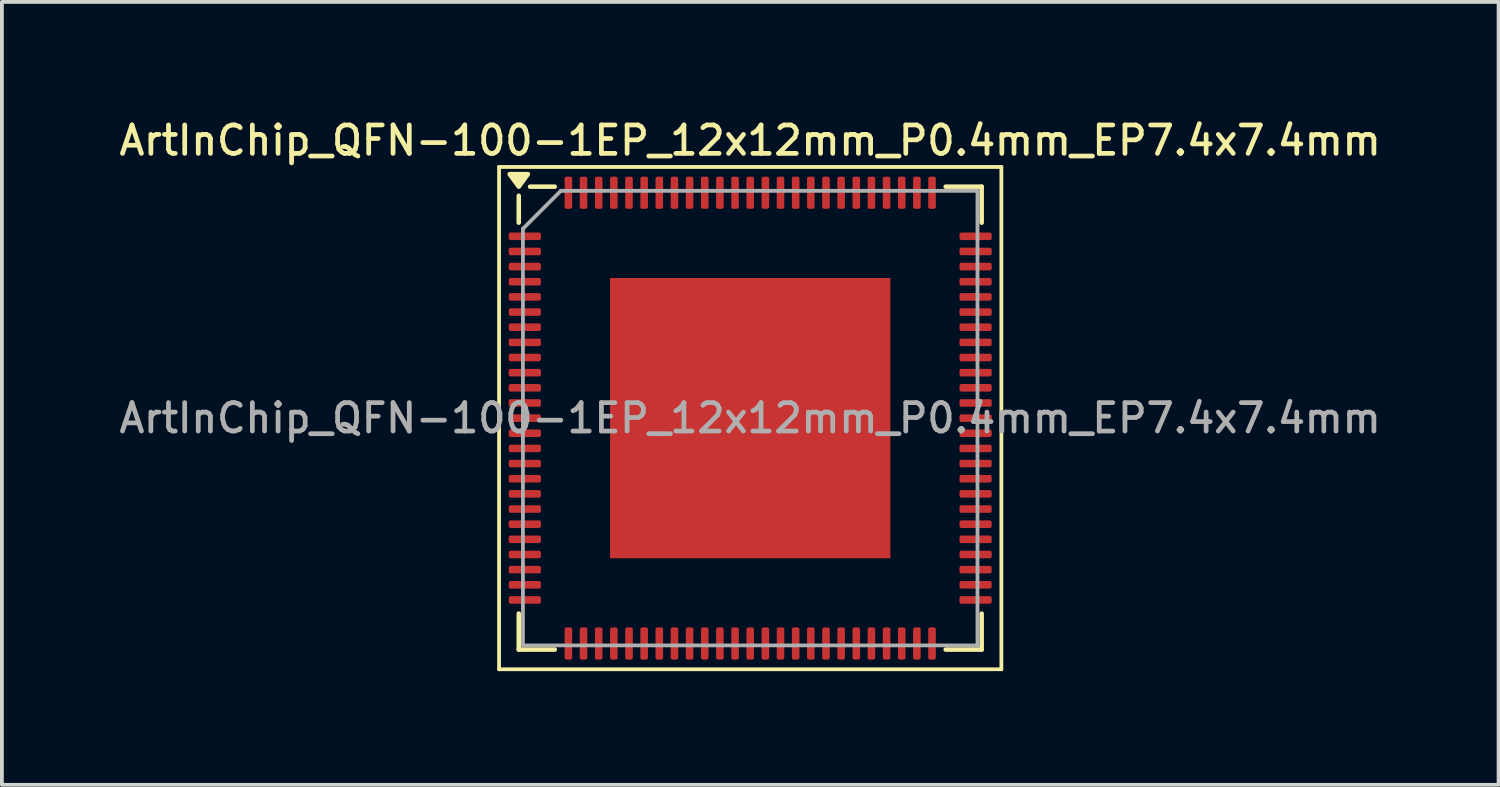
<source format=kicad_pcb>
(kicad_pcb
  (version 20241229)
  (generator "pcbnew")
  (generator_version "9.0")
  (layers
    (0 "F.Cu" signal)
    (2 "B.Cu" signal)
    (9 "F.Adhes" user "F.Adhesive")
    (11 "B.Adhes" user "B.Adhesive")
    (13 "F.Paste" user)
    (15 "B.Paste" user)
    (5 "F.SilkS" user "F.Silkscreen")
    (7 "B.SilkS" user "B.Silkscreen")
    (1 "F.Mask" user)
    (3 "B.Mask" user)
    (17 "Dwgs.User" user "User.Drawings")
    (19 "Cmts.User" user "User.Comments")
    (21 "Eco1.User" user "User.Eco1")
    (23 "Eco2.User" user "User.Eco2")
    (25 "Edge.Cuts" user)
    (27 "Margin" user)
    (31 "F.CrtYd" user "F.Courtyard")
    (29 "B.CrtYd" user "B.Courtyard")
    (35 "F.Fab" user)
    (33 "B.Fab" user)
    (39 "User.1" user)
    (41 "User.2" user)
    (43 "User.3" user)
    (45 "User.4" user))
  (footprint "ArtInChip_QFN-100-1EP_12x12mm_P0.4mm_EP7.4x7.4mm"
    (layer "F.Cu")
    (at 16.755 7.988)
    (property "Reference" "ArtInChip_QFN-100-1EP_12x12mm_P0.4mm_EP7.4x7.4mm" (at 0 -7.33 0) (layer "F.SilkS") (effects (font (size 0.75 0.75) (thickness 0.125))))
    (attr smd)
    (fp_line (start -6.63 -6.63) (end -6.63 6.63) (stroke (width 0.1) (type solid)) (layer "F.SilkS"))
    (fp_line (start -6.63 6.63) (end 6.63 6.63) (stroke (width 0.1) (type solid)) (layer "F.SilkS"))
    (fp_line (start -6.11 -5.16) (end -6.11 -5.87) (stroke (width 0.12) (type solid)) (layer "F.SilkS"))
    (fp_line (start -6.11 6.11) (end -6.11 5.16) (stroke (width 0.12) (type solid)) (layer "F.SilkS"))
    (fp_line (start -5.16 -6.11) (end -5.81 -6.11) (stroke (width 0.12) (type solid)) (layer "F.SilkS"))
    (fp_line (start -5.16 6.11) (end -6.11 6.11) (stroke (width 0.12) (type solid)) (layer "F.SilkS"))
    (fp_line (start 5.16 -6.11) (end 6.11 -6.11) (stroke (width 0.12) (type solid)) (layer "F.SilkS"))
    (fp_line (start 5.16 6.11) (end 6.11 6.11) (stroke (width 0.12) (type solid)) (layer "F.SilkS"))
    (fp_line (start 6.11 -6.11) (end 6.11 -5.16) (stroke (width 0.12) (type solid)) (layer "F.SilkS"))
    (fp_line (start 6.11 6.11) (end 6.11 5.16) (stroke (width 0.12) (type solid)) (layer "F.SilkS"))
    (fp_line (start 6.63 -6.63) (end -6.63 -6.63) (stroke (width 0.1) (type solid)) (layer "F.SilkS"))
    (fp_line (start 6.63 6.63) (end 6.63 -6.63) (stroke (width 0.1) (type solid)) (layer "F.SilkS"))
    (fp_poly (pts (xy -6.11 -6.11) (xy -6.35 -6.44) (xy -5.87 -6.44) (xy -6.11 -6.11)) (stroke (width 0.12) (type solid)) (fill yes) (layer "F.SilkS"))
    (fp_line (start -6 -5) (end -5 -6) (stroke (width 0.1) (type solid)) (layer "F.Fab"))
    (fp_line (start -6 6) (end -6 -5) (stroke (width 0.1) (type solid)) (layer "F.Fab"))
    (fp_line (start -5 -6) (end 6 -6) (stroke (width 0.1) (type solid)) (layer "F.Fab"))
    (fp_line (start 6 -6) (end 6 6) (stroke (width 0.1) (type solid)) (layer "F.Fab"))
    (fp_line (start 6 6) (end -6 6) (stroke (width 0.1) (type solid)) (layer "F.Fab"))
    (fp_text user "${REFERENCE}" (at 0 0 0) (layer "F.Fab") (effects (font (size 0.75 0.75) (thickness 0.125))))
    (pad "" smd roundrect (at -2.47 -2.47) (size 1.99 1.99) (layers "F.Paste") (roundrect_rratio 0.126))
    (pad "" smd roundrect (at -2.47 0) (size 1.99 1.99) (layers "F.Paste") (roundrect_rratio 0.126))
    (pad "" smd roundrect (at -2.47 2.47) (size 1.99 1.99) (layers "F.Paste") (roundrect_rratio 0.126))
    (pad "" smd roundrect (at 0 -2.47) (size 1.99 1.99) (layers "F.Paste") (roundrect_rratio 0.126))
    (pad "" smd roundrect (at 0 0) (size 1.99 1.99) (layers "F.Paste") (roundrect_rratio 0.126))
    (pad "" smd roundrect (at 0 2.47) (size 1.99 1.99) (layers "F.Paste") (roundrect_rratio 0.126))
    (pad "" smd roundrect (at 2.47 -2.47) (size 1.99 1.99) (layers "F.Paste") (roundrect_rratio 0.126))
    (pad "" smd roundrect (at 2.47 0) (size 1.99 1.99) (layers "F.Paste") (roundrect_rratio 0.126))
    (pad "" smd roundrect (at 2.47 2.47) (size 1.99 1.99) (layers "F.Paste") (roundrect_rratio 0.126))
    (pad "1" smd roundrect (at -5.95 -4.8) (size 0.85 0.2) (layers "F.Cu" "F.Mask" "F.Paste") (roundrect_rratio 0.25))
    (pad "2" smd roundrect (at -5.95 -4.4) (size 0.85 0.2) (layers "F.Cu" "F.Mask" "F.Paste") (roundrect_rratio 0.25))
    (pad "3" smd roundrect (at -5.95 -4) (size 0.85 0.2) (layers "F.Cu" "F.Mask" "F.Paste") (roundrect_rratio 0.25))
    (pad "4" smd roundrect (at -5.95 -3.6) (size 0.85 0.2) (layers "F.Cu" "F.Mask" "F.Paste") (roundrect_rratio 0.25))
    (pad "5" smd roundrect (at -5.95 -3.2) (size 0.85 0.2) (layers "F.Cu" "F.Mask" "F.Paste") (roundrect_rratio 0.25))
    (pad "6" smd roundrect (at -5.95 -2.8) (size 0.85 0.2) (layers "F.Cu" "F.Mask" "F.Paste") (roundrect_rratio 0.25))
    (pad "7" smd roundrect (at -5.95 -2.4) (size 0.85 0.2) (layers "F.Cu" "F.Mask" "F.Paste") (roundrect_rratio 0.25))
    (pad "8" smd roundrect (at -5.95 -2) (size 0.85 0.2) (layers "F.Cu" "F.Mask" "F.Paste") (roundrect_rratio 0.25))
    (pad "9" smd roundrect (at -5.95 -1.6) (size 0.85 0.2) (layers "F.Cu" "F.Mask" "F.Paste") (roundrect_rratio 0.25))
    (pad "10" smd roundrect (at -5.95 -1.2) (size 0.85 0.2) (layers "F.Cu" "F.Mask" "F.Paste") (roundrect_rratio 0.25))
    (pad "11" smd roundrect (at -5.95 -0.8) (size 0.85 0.2) (layers "F.Cu" "F.Mask" "F.Paste") (roundrect_rratio 0.25))
    (pad "12" smd roundrect (at -5.95 -0.4) (size 0.85 0.2) (layers "F.Cu" "F.Mask" "F.Paste") (roundrect_rratio 0.25))
    (pad "13" smd roundrect (at -5.95 0) (size 0.85 0.2) (layers "F.Cu" "F.Mask" "F.Paste") (roundrect_rratio 0.25))
    (pad "14" smd roundrect (at -5.95 0.4) (size 0.85 0.2) (layers "F.Cu" "F.Mask" "F.Paste") (roundrect_rratio 0.25))
    (pad "15" smd roundrect (at -5.95 0.8) (size 0.85 0.2) (layers "F.Cu" "F.Mask" "F.Paste") (roundrect_rratio 0.25))
    (pad "16" smd roundrect (at -5.95 1.2) (size 0.85 0.2) (layers "F.Cu" "F.Mask" "F.Paste") (roundrect_rratio 0.25))
    (pad "17" smd roundrect (at -5.95 1.6) (size 0.85 0.2) (layers "F.Cu" "F.Mask" "F.Paste") (roundrect_rratio 0.25))
    (pad "18" smd roundrect (at -5.95 2) (size 0.85 0.2) (layers "F.Cu" "F.Mask" "F.Paste") (roundrect_rratio 0.25))
    (pad "19" smd roundrect (at -5.95 2.4) (size 0.85 0.2) (layers "F.Cu" "F.Mask" "F.Paste") (roundrect_rratio 0.25))
    (pad "20" smd roundrect (at -5.95 2.8) (size 0.85 0.2) (layers "F.Cu" "F.Mask" "F.Paste") (roundrect_rratio 0.25))
    (pad "21" smd roundrect (at -5.95 3.2) (size 0.85 0.2) (layers "F.Cu" "F.Mask" "F.Paste") (roundrect_rratio 0.25))
    (pad "22" smd roundrect (at -5.95 3.6) (size 0.85 0.2) (layers "F.Cu" "F.Mask" "F.Paste") (roundrect_rratio 0.25))
    (pad "23" smd roundrect (at -5.95 4) (size 0.85 0.2) (layers "F.Cu" "F.Mask" "F.Paste") (roundrect_rratio 0.25))
    (pad "24" smd roundrect (at -5.95 4.4) (size 0.85 0.2) (layers "F.Cu" "F.Mask" "F.Paste") (roundrect_rratio 0.25))
    (pad "25" smd roundrect (at -5.95 4.8) (size 0.85 0.2) (layers "F.Cu" "F.Mask" "F.Paste") (roundrect_rratio 0.25))
    (pad "26" smd roundrect (at -4.8 5.95) (size 0.2 0.85) (layers "F.Cu" "F.Mask" "F.Paste") (roundrect_rratio 0.25))
    (pad "27" smd roundrect (at -4.4 5.95) (size 0.2 0.85) (layers "F.Cu" "F.Mask" "F.Paste") (roundrect_rratio 0.25))
    (pad "28" smd roundrect (at -4 5.95) (size 0.2 0.85) (layers "F.Cu" "F.Mask" "F.Paste") (roundrect_rratio 0.25))
    (pad "29" smd roundrect (at -3.6 5.95) (size 0.2 0.85) (layers "F.Cu" "F.Mask" "F.Paste") (roundrect_rratio 0.25))
    (pad "30" smd roundrect (at -3.2 5.95) (size 0.2 0.85) (layers "F.Cu" "F.Mask" "F.Paste") (roundrect_rratio 0.25))
    (pad "31" smd roundrect (at -2.8 5.95) (size 0.2 0.85) (layers "F.Cu" "F.Mask" "F.Paste") (roundrect_rratio 0.25))
    (pad "32" smd roundrect (at -2.4 5.95) (size 0.2 0.85) (layers "F.Cu" "F.Mask" "F.Paste") (roundrect_rratio 0.25))
    (pad "33" smd roundrect (at -2 5.95) (size 0.2 0.85) (layers "F.Cu" "F.Mask" "F.Paste") (roundrect_rratio 0.25))
    (pad "34" smd roundrect (at -1.6 5.95) (size 0.2 0.85) (layers "F.Cu" "F.Mask" "F.Paste") (roundrect_rratio 0.25))
    (pad "35" smd roundrect (at -1.2 5.95) (size 0.2 0.85) (layers "F.Cu" "F.Mask" "F.Paste") (roundrect_rratio 0.25))
    (pad "36" smd roundrect (at -0.8 5.95) (size 0.2 0.85) (layers "F.Cu" "F.Mask" "F.Paste") (roundrect_rratio 0.25))
    (pad "37" smd roundrect (at -0.4 5.95) (size 0.2 0.85) (layers "F.Cu" "F.Mask" "F.Paste") (roundrect_rratio 0.25))
    (pad "38" smd roundrect (at 0 5.95) (size 0.2 0.85) (layers "F.Cu" "F.Mask" "F.Paste") (roundrect_rratio 0.25))
    (pad "39" smd roundrect (at 0.4 5.95) (size 0.2 0.85) (layers "F.Cu" "F.Mask" "F.Paste") (roundrect_rratio 0.25))
    (pad "40" smd roundrect (at 0.8 5.95) (size 0.2 0.85) (layers "F.Cu" "F.Mask" "F.Paste") (roundrect_rratio 0.25))
    (pad "41" smd roundrect (at 1.2 5.95) (size 0.2 0.85) (layers "F.Cu" "F.Mask" "F.Paste") (roundrect_rratio 0.25))
    (pad "42" smd roundrect (at 1.6 5.95) (size 0.2 0.85) (layers "F.Cu" "F.Mask" "F.Paste") (roundrect_rratio 0.25))
    (pad "43" smd roundrect (at 2 5.95) (size 0.2 0.85) (layers "F.Cu" "F.Mask" "F.Paste") (roundrect_rratio 0.25))
    (pad "44" smd roundrect (at 2.4 5.95) (size 0.2 0.85) (layers "F.Cu" "F.Mask" "F.Paste") (roundrect_rratio 0.25))
    (pad "45" smd roundrect (at 2.8 5.95) (size 0.2 0.85) (layers "F.Cu" "F.Mask" "F.Paste") (roundrect_rratio 0.25))
    (pad "46" smd roundrect (at 3.2 5.95) (size 0.2 0.85) (layers "F.Cu" "F.Mask" "F.Paste") (roundrect_rratio 0.25))
    (pad "47" smd roundrect (at 3.6 5.95) (size 0.2 0.85) (layers "F.Cu" "F.Mask" "F.Paste") (roundrect_rratio 0.25))
    (pad "48" smd roundrect (at 4 5.95) (size 0.2 0.85) (layers "F.Cu" "F.Mask" "F.Paste") (roundrect_rratio 0.25))
    (pad "49" smd roundrect (at 4.4 5.95) (size 0.2 0.85) (layers "F.Cu" "F.Mask" "F.Paste") (roundrect_rratio 0.25))
    (pad "50" smd roundrect (at 4.8 5.95) (size 0.2 0.85) (layers "F.Cu" "F.Mask" "F.Paste") (roundrect_rratio 0.25))
    (pad "51" smd roundrect (at 5.95 4.8) (size 0.85 0.2) (layers "F.Cu" "F.Mask" "F.Paste") (roundrect_rratio 0.25))
    (pad "52" smd roundrect (at 5.95 4.4) (size 0.85 0.2) (layers "F.Cu" "F.Mask" "F.Paste") (roundrect_rratio 0.25))
    (pad "53" smd roundrect (at 5.95 4) (size 0.85 0.2) (layers "F.Cu" "F.Mask" "F.Paste") (roundrect_rratio 0.25))
    (pad "54" smd roundrect (at 5.95 3.6) (size 0.85 0.2) (layers "F.Cu" "F.Mask" "F.Paste") (roundrect_rratio 0.25))
    (pad "55" smd roundrect (at 5.95 3.2) (size 0.85 0.2) (layers "F.Cu" "F.Mask" "F.Paste") (roundrect_rratio 0.25))
    (pad "56" smd roundrect (at 5.95 2.8) (size 0.85 0.2) (layers "F.Cu" "F.Mask" "F.Paste") (roundrect_rratio 0.25))
    (pad "57" smd roundrect (at 5.95 2.4) (size 0.85 0.2) (layers "F.Cu" "F.Mask" "F.Paste") (roundrect_rratio 0.25))
    (pad "58" smd roundrect (at 5.95 2) (size 0.85 0.2) (layers "F.Cu" "F.Mask" "F.Paste") (roundrect_rratio 0.25))
    (pad "59" smd roundrect (at 5.95 1.6) (size 0.85 0.2) (layers "F.Cu" "F.Mask" "F.Paste") (roundrect_rratio 0.25))
    (pad "60" smd roundrect (at 5.95 1.2) (size 0.85 0.2) (layers "F.Cu" "F.Mask" "F.Paste") (roundrect_rratio 0.25))
    (pad "61" smd roundrect (at 5.95 0.8) (size 0.85 0.2) (layers "F.Cu" "F.Mask" "F.Paste") (roundrect_rratio 0.25))
    (pad "62" smd roundrect (at 5.95 0.4) (size 0.85 0.2) (layers "F.Cu" "F.Mask" "F.Paste") (roundrect_rratio 0.25))
    (pad "63" smd roundrect (at 5.95 0) (size 0.85 0.2) (layers "F.Cu" "F.Mask" "F.Paste") (roundrect_rratio 0.25))
    (pad "64" smd roundrect (at 5.95 -0.4) (size 0.85 0.2) (layers "F.Cu" "F.Mask" "F.Paste") (roundrect_rratio 0.25))
    (pad "65" smd roundrect (at 5.95 -0.8) (size 0.85 0.2) (layers "F.Cu" "F.Mask" "F.Paste") (roundrect_rratio 0.25))
    (pad "66" smd roundrect (at 5.95 -1.2) (size 0.85 0.2) (layers "F.Cu" "F.Mask" "F.Paste") (roundrect_rratio 0.25))
    (pad "67" smd roundrect (at 5.95 -1.6) (size 0.85 0.2) (layers "F.Cu" "F.Mask" "F.Paste") (roundrect_rratio 0.25))
    (pad "68" smd roundrect (at 5.95 -2) (size 0.85 0.2) (layers "F.Cu" "F.Mask" "F.Paste") (roundrect_rratio 0.25))
    (pad "69" smd roundrect (at 5.95 -2.4) (size 0.85 0.2) (layers "F.Cu" "F.Mask" "F.Paste") (roundrect_rratio 0.25))
    (pad "70" smd roundrect (at 5.95 -2.8) (size 0.85 0.2) (layers "F.Cu" "F.Mask" "F.Paste") (roundrect_rratio 0.25))
    (pad "71" smd roundrect (at 5.95 -3.2) (size 0.85 0.2) (layers "F.Cu" "F.Mask" "F.Paste") (roundrect_rratio 0.25))
    (pad "72" smd roundrect (at 5.95 -3.6) (size 0.85 0.2) (layers "F.Cu" "F.Mask" "F.Paste") (roundrect_rratio 0.25))
    (pad "73" smd roundrect (at 5.95 -4) (size 0.85 0.2) (layers "F.Cu" "F.Mask" "F.Paste") (roundrect_rratio 0.25))
    (pad "74" smd roundrect (at 5.95 -4.4) (size 0.85 0.2) (layers "F.Cu" "F.Mask" "F.Paste") (roundrect_rratio 0.25))
    (pad "75" smd roundrect (at 5.95 -4.8) (size 0.85 0.2) (layers "F.Cu" "F.Mask" "F.Paste") (roundrect_rratio 0.25))
    (pad "76" smd roundrect (at 4.8 -5.95) (size 0.2 0.85) (layers "F.Cu" "F.Mask" "F.Paste") (roundrect_rratio 0.25))
    (pad "77" smd roundrect (at 4.4 -5.95) (size 0.2 0.85) (layers "F.Cu" "F.Mask" "F.Paste") (roundrect_rratio 0.25))
    (pad "78" smd roundrect (at 4 -5.95) (size 0.2 0.85) (layers "F.Cu" "F.Mask" "F.Paste") (roundrect_rratio 0.25))
    (pad "79" smd roundrect (at 3.6 -5.95) (size 0.2 0.85) (layers "F.Cu" "F.Mask" "F.Paste") (roundrect_rratio 0.25))
    (pad "80" smd roundrect (at 3.2 -5.95) (size 0.2 0.85) (layers "F.Cu" "F.Mask" "F.Paste") (roundrect_rratio 0.25))
    (pad "81" smd roundrect (at 2.8 -5.95) (size 0.2 0.85) (layers "F.Cu" "F.Mask" "F.Paste") (roundrect_rratio 0.25))
    (pad "82" smd roundrect (at 2.4 -5.95) (size 0.2 0.85) (layers "F.Cu" "F.Mask" "F.Paste") (roundrect_rratio 0.25))
    (pad "83" smd roundrect (at 2 -5.95) (size 0.2 0.85) (layers "F.Cu" "F.Mask" "F.Paste") (roundrect_rratio 0.25))
    (pad "84" smd roundrect (at 1.6 -5.95) (size 0.2 0.85) (layers "F.Cu" "F.Mask" "F.Paste") (roundrect_rratio 0.25))
    (pad "85" smd roundrect (at 1.2 -5.95) (size 0.2 0.85) (layers "F.Cu" "F.Mask" "F.Paste") (roundrect_rratio 0.25))
    (pad "86" smd roundrect (at 0.8 -5.95) (size 0.2 0.85) (layers "F.Cu" "F.Mask" "F.Paste") (roundrect_rratio 0.25))
    (pad "87" smd roundrect (at 0.4 -5.95) (size 0.2 0.85) (layers "F.Cu" "F.Mask" "F.Paste") (roundrect_rratio 0.25))
    (pad "88" smd roundrect (at 0 -5.95) (size 0.2 0.85) (layers "F.Cu" "F.Mask" "F.Paste") (roundrect_rratio 0.25))
    (pad "89" smd roundrect (at -0.4 -5.95) (size 0.2 0.85) (layers "F.Cu" "F.Mask" "F.Paste") (roundrect_rratio 0.25))
    (pad "90" smd roundrect (at -0.8 -5.95) (size 0.2 0.85) (layers "F.Cu" "F.Mask" "F.Paste") (roundrect_rratio 0.25))
    (pad "91" smd roundrect (at -1.2 -5.95) (size 0.2 0.85) (layers "F.Cu" "F.Mask" "F.Paste") (roundrect_rratio 0.25))
    (pad "92" smd roundrect (at -1.6 -5.95) (size 0.2 0.85) (layers "F.Cu" "F.Mask" "F.Paste") (roundrect_rratio 0.25))
    (pad "93" smd roundrect (at -2 -5.95) (size 0.2 0.85) (layers "F.Cu" "F.Mask" "F.Paste") (roundrect_rratio 0.25))
    (pad "94" smd roundrect (at -2.4 -5.95) (size 0.2 0.85) (layers "F.Cu" "F.Mask" "F.Paste") (roundrect_rratio 0.25))
    (pad "95" smd roundrect (at -2.8 -5.95) (size 0.2 0.85) (layers "F.Cu" "F.Mask" "F.Paste") (roundrect_rratio 0.25))
    (pad "96" smd roundrect (at -3.2 -5.95) (size 0.2 0.85) (layers "F.Cu" "F.Mask" "F.Paste") (roundrect_rratio 0.25))
    (pad "97" smd roundrect (at -3.6 -5.95) (size 0.2 0.85) (layers "F.Cu" "F.Mask" "F.Paste") (roundrect_rratio 0.25))
    (pad "98" smd roundrect (at -4 -5.95) (size 0.2 0.85) (layers "F.Cu" "F.Mask" "F.Paste") (roundrect_rratio 0.25))
    (pad "99" smd roundrect (at -4.4 -5.95) (size 0.2 0.85) (layers "F.Cu" "F.Mask" "F.Paste") (roundrect_rratio 0.25))
    (pad "100" smd roundrect (at -4.8 -5.95) (size 0.2 0.85) (layers "F.Cu" "F.Mask" "F.Paste") (roundrect_rratio 0.25))
    (pad "101" smd rect (at 0 0) (size 7.4 7.4) (property pad_prop_heatsink) (layers "F.Cu" "F.Mask")))
  (gr_rect
    (start -3 -3)
    (end 36.511 17.668)
    (stroke (width 0.1) (type default))
    (fill no)
    (layer "Edge.Cuts")))
</source>
